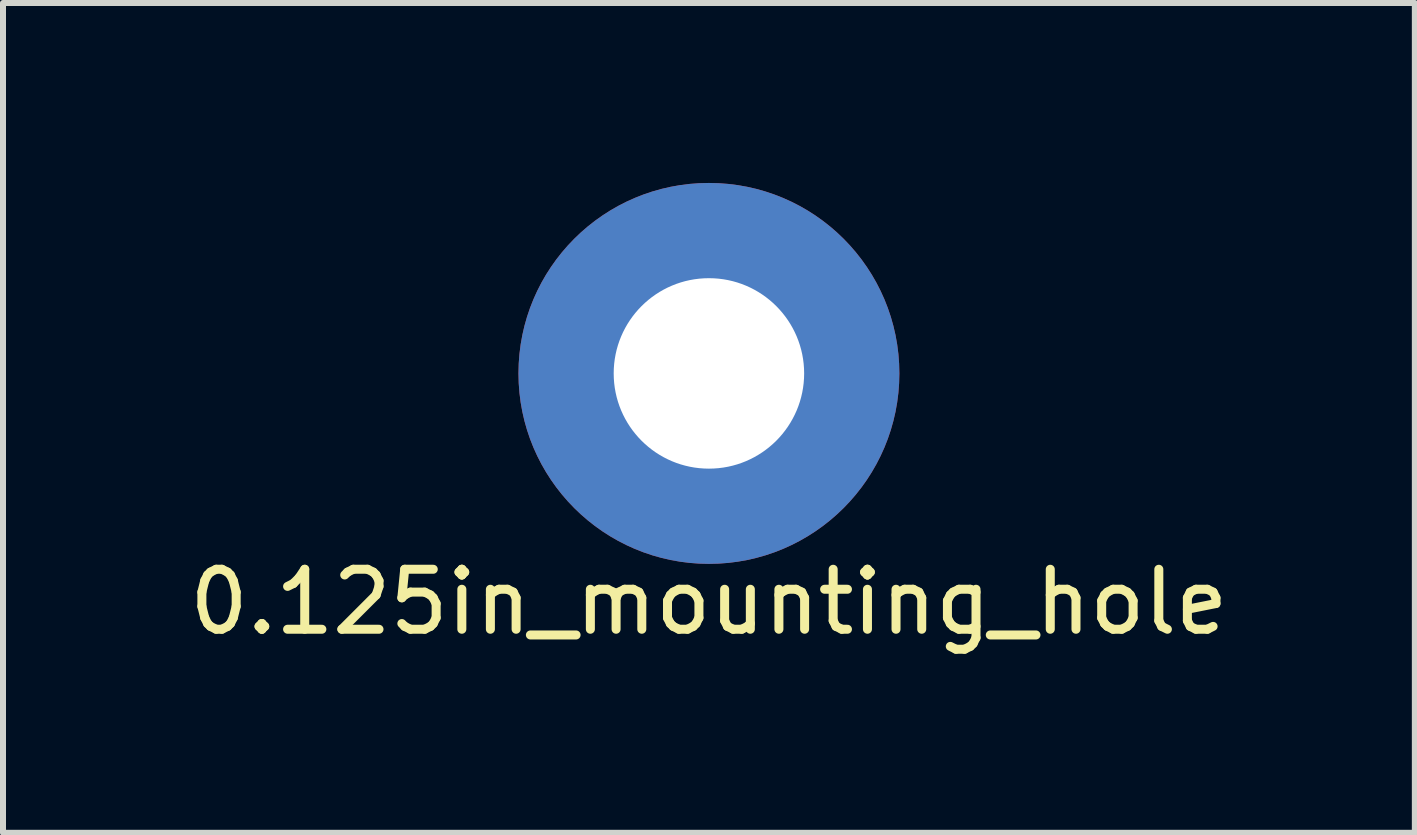
<source format=kicad_pcb>
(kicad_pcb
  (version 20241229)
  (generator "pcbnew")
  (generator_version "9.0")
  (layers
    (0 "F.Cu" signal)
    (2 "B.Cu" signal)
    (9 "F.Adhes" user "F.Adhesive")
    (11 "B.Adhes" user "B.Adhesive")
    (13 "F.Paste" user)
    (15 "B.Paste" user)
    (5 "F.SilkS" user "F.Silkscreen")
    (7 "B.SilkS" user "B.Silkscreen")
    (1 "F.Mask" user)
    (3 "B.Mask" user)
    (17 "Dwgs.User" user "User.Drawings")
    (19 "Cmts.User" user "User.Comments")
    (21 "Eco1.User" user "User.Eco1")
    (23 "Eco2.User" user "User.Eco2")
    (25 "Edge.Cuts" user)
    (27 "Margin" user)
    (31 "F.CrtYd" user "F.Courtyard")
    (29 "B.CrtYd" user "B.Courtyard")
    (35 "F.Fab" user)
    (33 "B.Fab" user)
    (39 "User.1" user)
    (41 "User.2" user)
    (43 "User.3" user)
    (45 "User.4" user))
  (footprint "0.125in_mounting_hole"
    (layer "F.Cu")
    (at 8.768 3.175)
    (property "Reference" "0.125in_mounting_hole" (at 0 3.81 0) (layer "F.SilkS") (effects (font (size 1 1) (thickness 0.15))))
    (attr through_hole)
    (pad "" np_thru_hole circle (at 0 0) (size 6.35 6.35) (drill 3.175) (layers "*.Cu" "*.Mask")))
  (gr_rect
    (start -3 -3)
    (end 20.536 10.833)
    (stroke (width 0.1) (type default))
    (fill no)
    (layer "Edge.Cuts")))
</source>
